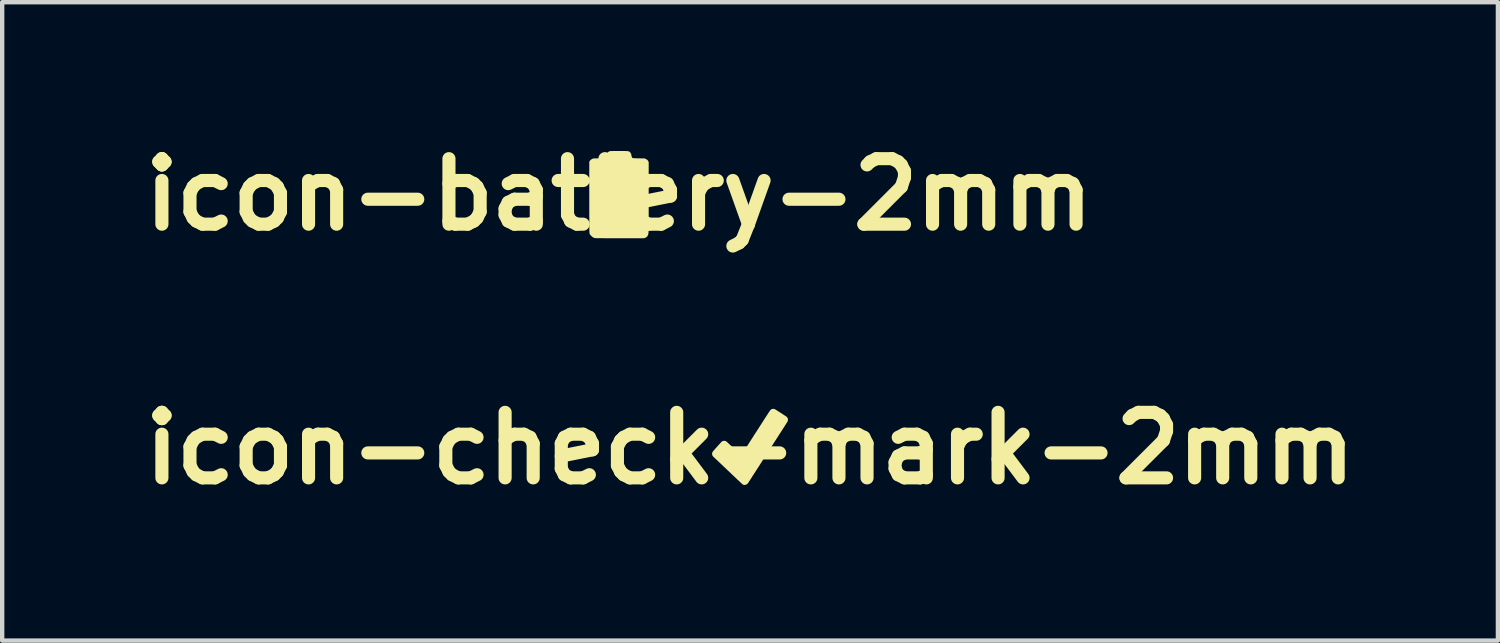
<source format=kicad_pcb>
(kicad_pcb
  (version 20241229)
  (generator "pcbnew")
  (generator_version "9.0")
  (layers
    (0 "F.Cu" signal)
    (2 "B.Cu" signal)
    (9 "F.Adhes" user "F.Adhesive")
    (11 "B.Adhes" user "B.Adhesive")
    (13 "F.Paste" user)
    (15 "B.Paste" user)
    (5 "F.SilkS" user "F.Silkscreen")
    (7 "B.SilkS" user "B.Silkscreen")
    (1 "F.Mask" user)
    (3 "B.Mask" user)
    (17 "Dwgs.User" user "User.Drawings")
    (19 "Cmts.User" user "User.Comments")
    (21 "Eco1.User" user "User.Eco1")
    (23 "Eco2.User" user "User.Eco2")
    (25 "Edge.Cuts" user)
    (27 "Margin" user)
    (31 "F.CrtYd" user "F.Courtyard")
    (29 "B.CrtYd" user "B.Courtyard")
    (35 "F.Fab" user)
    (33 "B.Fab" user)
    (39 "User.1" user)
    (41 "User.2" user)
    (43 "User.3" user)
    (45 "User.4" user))
  (footprint "icon-check-mark-2mm"
    (layer "F.Cu")
    (at 14.121 7.212)
    (property "Reference" "icon-check-mark-2mm" (at 0 0 0) (layer "F.SilkS") (effects (font (size 1.5 1.5) (thickness 0.3))))
    (attr board_only exclude_from_pos_files exclude_from_bom)
    (fp_poly (pts (xy 0.551 -0.9) (xy 0.565 -0.896) (xy 0.569 -0.894) (xy 0.576 -0.89) (xy 0.585 -0.884) (xy 0.597 -0.877) (xy 0.611 -0.868) (xy 0.626 -0.858) (xy 0.643 -0.848) (xy 0.661 -0.836) (xy 0.68 -0.825) (xy 0.699 -0.812) (xy 0.718 -0.8) (xy 0.736 -0.788) (xy 0.755 -0.776) (xy 0.772 -0.765) (xy 0.788 -0.754) (xy 0.803 -0.744) (xy 0.816 -0.736) (xy 0.826 -0.729) (xy 0.834 -0.723) (xy 0.839 -0.72) (xy 0.841 -0.718) (xy 0.852 -0.705) (xy 0.861 -0.689) (xy 0.864 -0.681) (xy 0.867 -0.668) (xy 0.868 -0.653) (xy 0.867 -0.638) (xy 0.864 -0.623) (xy 0.859 -0.611) (xy 0.857 -0.607) (xy 0.856 -0.605) (xy 0.852 -0.6) (xy 0.847 -0.592) (xy 0.84 -0.58) (xy 0.831 -0.567) (xy 0.821 -0.55) (xy 0.809 -0.532) (xy 0.796 -0.511) (xy 0.781 -0.489) (xy 0.766 -0.465) (xy 0.749 -0.439) (xy 0.732 -0.412) (xy 0.714 -0.384) (xy 0.696 -0.355) (xy 0.676 -0.326) (xy 0.657 -0.295) (xy 0.637 -0.264) (xy 0.617 -0.233) (xy 0.597 -0.202) (xy 0.578 -0.172) (xy 0.558 -0.141) (xy 0.539 -0.111) (xy 0.52 -0.082) (xy 0.502 -0.053) (xy 0.484 -0.026) (xy 0.467 -0.000024) (xy 0.452 0.025) (xy 0.437 0.047) (xy 0.423 0.069) (xy 0.411 0.088) (xy 0.411 0.088) (xy 0.401 0.104) (xy 0.389 0.122) (xy 0.375 0.144) (xy 0.36 0.168) (xy 0.343 0.194) (xy 0.325 0.222) (xy 0.306 0.251) (xy 0.286 0.282) (xy 0.266 0.314) (xy 0.245 0.347) (xy 0.224 0.38) (xy 0.203 0.413) (xy 0.181 0.446) (xy 0.161 0.478) (xy 0.16 0.479) (xy 0.135 0.518) (xy 0.112 0.554) (xy 0.091 0.586) (xy 0.072 0.616) (xy 0.054 0.643) (xy 0.039 0.668) (xy 0.025 0.69) (xy 0.012 0.709) (xy 0.001 0.727) (xy -0.009 0.742) (xy -0.018 0.755) (xy -0.026 0.767) (xy -0.032 0.777) (xy -0.038 0.785) (xy -0.042 0.792) (xy -0.047 0.798) (xy -0.05 0.803) (xy -0.053 0.806) (xy -0.055 0.809) (xy -0.057 0.812) (xy -0.059 0.814) (xy -0.06 0.815) (xy -0.061 0.816) (xy -0.077 0.827) (xy -0.094 0.835) (xy -0.112 0.839) (xy -0.13 0.84) (xy -0.148 0.837) (xy -0.155 0.835) (xy -0.162 0.832) (xy -0.164 0.831) (xy -0.165 0.83) (xy -0.167 0.829) (xy -0.169 0.827) (xy -0.172 0.825) (xy -0.175 0.822) (xy -0.18 0.818) (xy -0.185 0.814) (xy -0.191 0.808) (xy -0.198 0.801) (xy -0.207 0.793) (xy -0.217 0.784) (xy -0.228 0.774) (xy -0.24 0.762) (xy -0.254 0.749) (xy -0.27 0.734) (xy -0.288 0.718) (xy -0.307 0.699) (xy -0.328 0.679) (xy -0.351 0.657) (xy -0.376 0.634) (xy -0.404 0.608) (xy -0.433 0.579) (xy -0.465 0.549) (xy -0.5 0.516) (xy -0.537 0.481) (xy -0.576 0.444) (xy -0.619 0.403) (xy -0.663 0.361) (xy -0.685 0.34) (xy -0.706 0.32) (xy -0.727 0.301) (xy -0.746 0.282) (xy -0.765 0.265) (xy -0.781 0.249) (xy -0.797 0.235) (xy -0.81 0.222) (xy -0.821 0.211) (xy -0.83 0.203) (xy -0.837 0.197) (xy -0.841 0.193) (xy -0.842 0.192) (xy -0.85 0.183) (xy -0.857 0.171) (xy -0.86 0.167) (xy -0.863 0.16) (xy -0.865 0.155) (xy -0.866 0.15) (xy -0.867 0.144) (xy -0.867 0.136) (xy -0.867 0.127) (xy -0.867 0.121) (xy -0.867 0.115) (xy -0.867 0.11) (xy -0.866 0.105) (xy -0.865 0.1) (xy -0.863 0.095) (xy -0.86 0.089) (xy -0.856 0.083) (xy -0.85 0.075) (xy -0.844 0.067) (xy -0.835 0.057) (xy -0.825 0.045) (xy -0.813 0.031) (xy -0.799 0.015) (xy -0.783 -0.003) (xy -0.764 -0.024) (xy -0.759 -0.029) (xy -0.743 -0.047) (xy -0.728 -0.064) (xy -0.713 -0.08) (xy -0.7 -0.095) (xy -0.688 -0.109) (xy -0.677 -0.12) (xy -0.668 -0.13) (xy -0.661 -0.138) (xy -0.656 -0.143) (xy -0.655 -0.145) (xy -0.644 -0.154) (xy -0.631 -0.161) (xy -0.63 -0.162) (xy -0.623 -0.165) (xy -0.616 -0.167) (xy -0.609 -0.169) (xy -0.6 -0.169) (xy -0.596 -0.17) (xy -0.578 -0.169) (xy -0.562 -0.166) (xy -0.548 -0.159) (xy -0.544 -0.157) (xy -0.542 -0.155) (xy -0.537 -0.151) (xy -0.529 -0.144) (xy -0.519 -0.135) (xy -0.507 -0.124) (xy -0.493 -0.111) (xy -0.477 -0.096) (xy -0.459 -0.08) (xy -0.44 -0.063) (xy -0.42 -0.045) (xy -0.399 -0.025) (xy -0.377 -0.005) (xy -0.368 0.003) (xy -0.199 0.158) (xy -0.192 0.146) (xy -0.19 0.143) (xy -0.186 0.136) (xy -0.18 0.127) (xy -0.172 0.115) (xy -0.163 0.101) (xy -0.153 0.085) (xy -0.141 0.067) (xy -0.129 0.048) (xy -0.116 0.027) (xy -0.102 0.006) (xy -0.095 -0.005) (xy -0.085 -0.021) (xy -0.072 -0.04) (xy -0.058 -0.062) (xy -0.043 -0.086) (xy -0.025 -0.113) (xy -0.007 -0.142) (xy 0.013 -0.173) (xy 0.034 -0.206) (xy 0.056 -0.24) (xy 0.078 -0.275) (xy 0.101 -0.311) (xy 0.125 -0.348) (xy 0.149 -0.385) (xy 0.173 -0.422) (xy 0.197 -0.459) (xy 0.22 -0.496) (xy 0.226 -0.505) (xy 0.254 -0.549) (xy 0.28 -0.589) (xy 0.304 -0.627) (xy 0.326 -0.661) (xy 0.346 -0.692) (xy 0.365 -0.721) (xy 0.381 -0.746) (xy 0.396 -0.769) (xy 0.41 -0.79) (xy 0.421 -0.808) (xy 0.432 -0.823) (xy 0.441 -0.837) (xy 0.448 -0.848) (xy 0.454 -0.857) (xy 0.459 -0.865) (xy 0.463 -0.87) (xy 0.466 -0.874) (xy 0.468 -0.876) (xy 0.482 -0.887) (xy 0.498 -0.896) (xy 0.515 -0.901) (xy 0.533 -0.902)) (stroke (width 0) (type solid)) (fill yes) (layer "F.SilkS")))
  (footprint "icon-battery-2mm"
    (layer "F.Cu")
    (at 11.121 1.404)
    (property "Reference" "icon-battery-2mm" (at 0 0 0) (layer "F.SilkS") (effects (font (size 1.5 1.5) (thickness 0.3))))
    (attr board_only exclude_from_pos_files exclude_from_bom)
    (fp_poly (pts (xy 0.057 -0.997) (xy 0.104 -0.997) (xy 0.142 -0.997) (xy 0.173 -0.995) (xy 0.196 -0.994) (xy 0.214 -0.991) (xy 0.228 -0.987) (xy 0.238 -0.983) (xy 0.246 -0.976) (xy 0.254 -0.969) (xy 0.261 -0.959) (xy 0.262 -0.957) (xy 0.27 -0.945) (xy 0.276 -0.933) (xy 0.281 -0.919) (xy 0.284 -0.899) (xy 0.287 -0.881) (xy 0.293 -0.861) (xy 0.301 -0.846) (xy 0.303 -0.844) (xy 0.308 -0.84) (xy 0.313 -0.837) (xy 0.32 -0.835) (xy 0.331 -0.833) (xy 0.347 -0.832) (xy 0.369 -0.831) (xy 0.4 -0.83) (xy 0.44 -0.829) (xy 0.453 -0.829) (xy 0.589 -0.827) (xy 0.622 -0.81) (xy 0.643 -0.798) (xy 0.657 -0.784) (xy 0.667 -0.769) (xy 0.68 -0.745) (xy 0.68 0.068) (xy 0.68 0.179) (xy 0.68 0.28) (xy 0.68 0.37) (xy 0.68 0.451) (xy 0.68 0.523) (xy 0.679 0.587) (xy 0.679 0.643) (xy 0.679 0.691) (xy 0.679 0.733) (xy 0.678 0.769) (xy 0.678 0.799) (xy 0.677 0.824) (xy 0.677 0.845) (xy 0.676 0.862) (xy 0.675 0.875) (xy 0.674 0.885) (xy 0.673 0.894) (xy 0.672 0.9) (xy 0.671 0.905) (xy 0.669 0.91) (xy 0.669 0.912) (xy 0.657 0.94) (xy 0.646 0.96) (xy 0.63 0.974) (xy 0.61 0.986) (xy 0.582 1) (xy 0.028 1.001) (xy -0.05 1.001) (xy -0.126 1.001) (xy -0.197 1.001) (xy -0.265 1.001) (xy -0.327 1) (xy -0.383 1) (xy -0.432 1) (xy -0.474 0.999) (xy -0.508 0.999) (xy -0.532 0.998) (xy -0.546 0.997) (xy -0.55 0.997) (xy -0.569 0.992) (xy -0.586 0.985) (xy -0.589 0.984) (xy -0.606 0.972) (xy -0.626 0.955) (xy -0.646 0.935) (xy -0.662 0.916) (xy -0.668 0.908) (xy -0.67 0.905) (xy -0.671 0.902) (xy -0.672 0.898) (xy -0.674 0.893) (xy -0.675 0.886) (xy -0.675 0.876) (xy -0.676 0.864) (xy -0.677 0.848) (xy -0.678 0.828) (xy -0.678 0.803) (xy -0.678 0.773) (xy -0.679 0.737) (xy -0.679 0.695) (xy -0.679 0.646) (xy -0.679 0.59) (xy -0.679 0.526) (xy -0.68 0.454) (xy -0.68 0.372) (xy -0.68 0.282) (xy -0.68 0.181) (xy -0.68 0.07) (xy -0.68 -0.749) (xy -0.667 -0.772) (xy -0.653 -0.789) (xy -0.632 -0.805) (xy -0.623 -0.81) (xy -0.591 -0.826) (xy -0.439 -0.83) (xy -0.287 -0.833) (xy -0.284 -0.882) (xy -0.279 -0.919) (xy -0.268 -0.948) (xy -0.253 -0.969) (xy -0.23 -0.985) (xy -0.229 -0.986) (xy -0.222 -0.989) (xy -0.216 -0.991) (xy -0.207 -0.993) (xy -0.196 -0.995) (xy -0.18 -0.996) (xy -0.159 -0.996) (xy -0.132 -0.997) (xy -0.097 -0.997) (xy -0.053 -0.997) (xy 0.000329 -0.997)) (stroke (width 0) (type solid)) (fill yes) (layer "F.SilkS")))
  (gr_rect
    (start -3 -3)
    (end 31.243 11.616)
    (stroke (width 0.1) (type default))
    (fill no)
    (layer "Edge.Cuts")))
</source>
